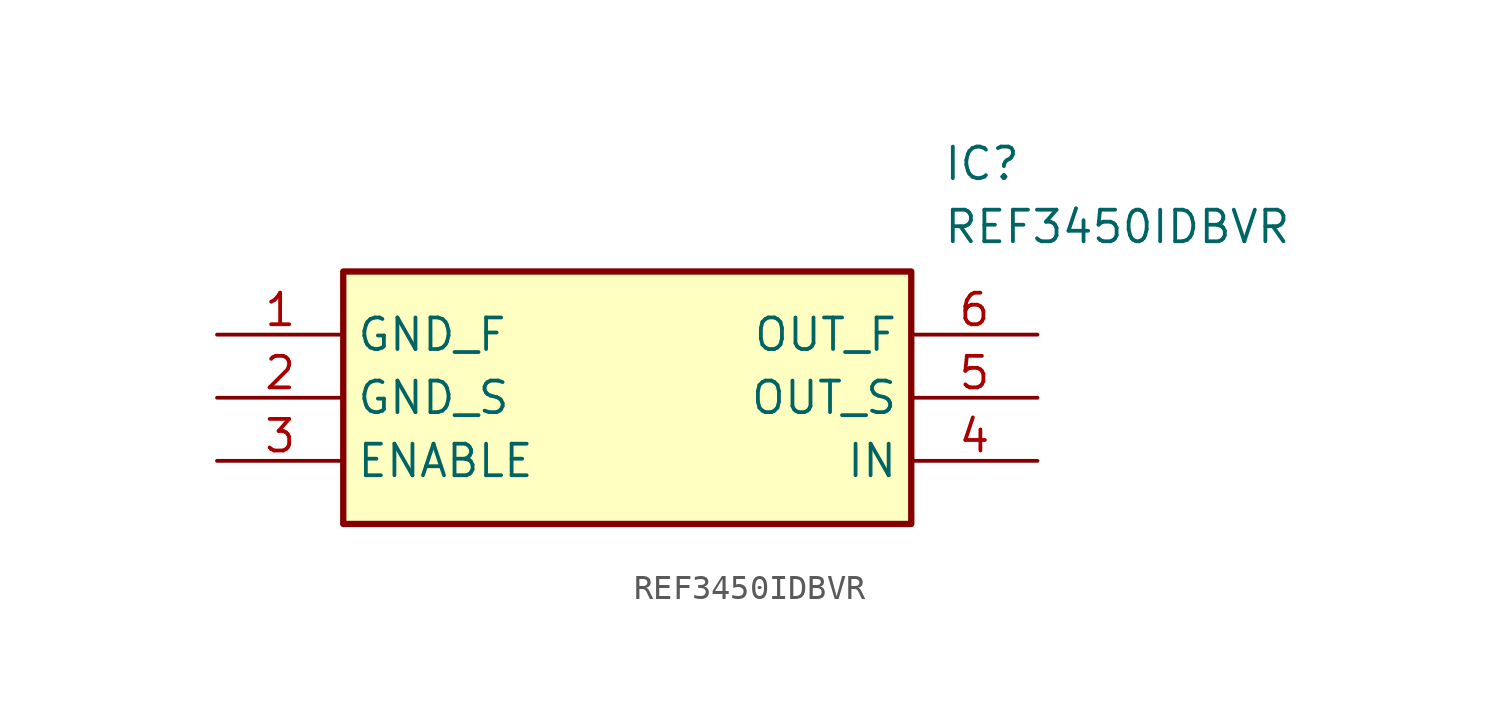
<source format=kicad_sym>
(kicad_symbol_lib
  (version 20211014)
  (generator SamacSys_ECAD_Model)
  (symbol "REF3450IDBVR"
    (property "Reference" "IC"
      (at 29.21 7.62 0)
      (effects (font (size 1.27 1.27)) (justify left top)))
    (property "Value" "REF3450IDBVR"
      (at 29.21 5.08 0)
      (effects (font (size 1.27 1.27)) (justify left top)))
    (rectangle
      (start 5.08 2.54)
      (end 27.94 -7.62)
      (stroke (width 0.254) (type default))
      (fill (type background)))
    (pin passive line
      (at 0 0 0)
      (length 5.08)
      (name "GND_F" (effects (font (size 1.27 1.27))))
      (number "1" (effects (font (size 1.27 1.27)))))
    (pin passive line
      (at 0 -2.54 0)
      (length 5.08)
      (name "GND_S" (effects (font (size 1.27 1.27))))
      (number "2" (effects (font (size 1.27 1.27)))))
    (pin passive line
      (at 0 -5.08 0)
      (length 5.08)
      (name "ENABLE" (effects (font (size 1.27 1.27))))
      (number "3" (effects (font (size 1.27 1.27)))))
    (pin passive line
      (at 33.02 0 180)
      (length 5.08)
      (name "OUT_F" (effects (font (size 1.27 1.27))))
      (number "6" (effects (font (size 1.27 1.27)))))
    (pin passive line
      (at 33.02 -2.54 180)
      (length 5.08)
      (name "OUT_S" (effects (font (size 1.27 1.27))))
      (number "5" (effects (font (size 1.27 1.27)))))
    (pin passive line
      (at 33.02 -5.08 180)
      (length 5.08)
      (name "IN" (effects (font (size 1.27 1.27))))
      (number "4" (effects (font (size 1.27 1.27)))))))
</source>
